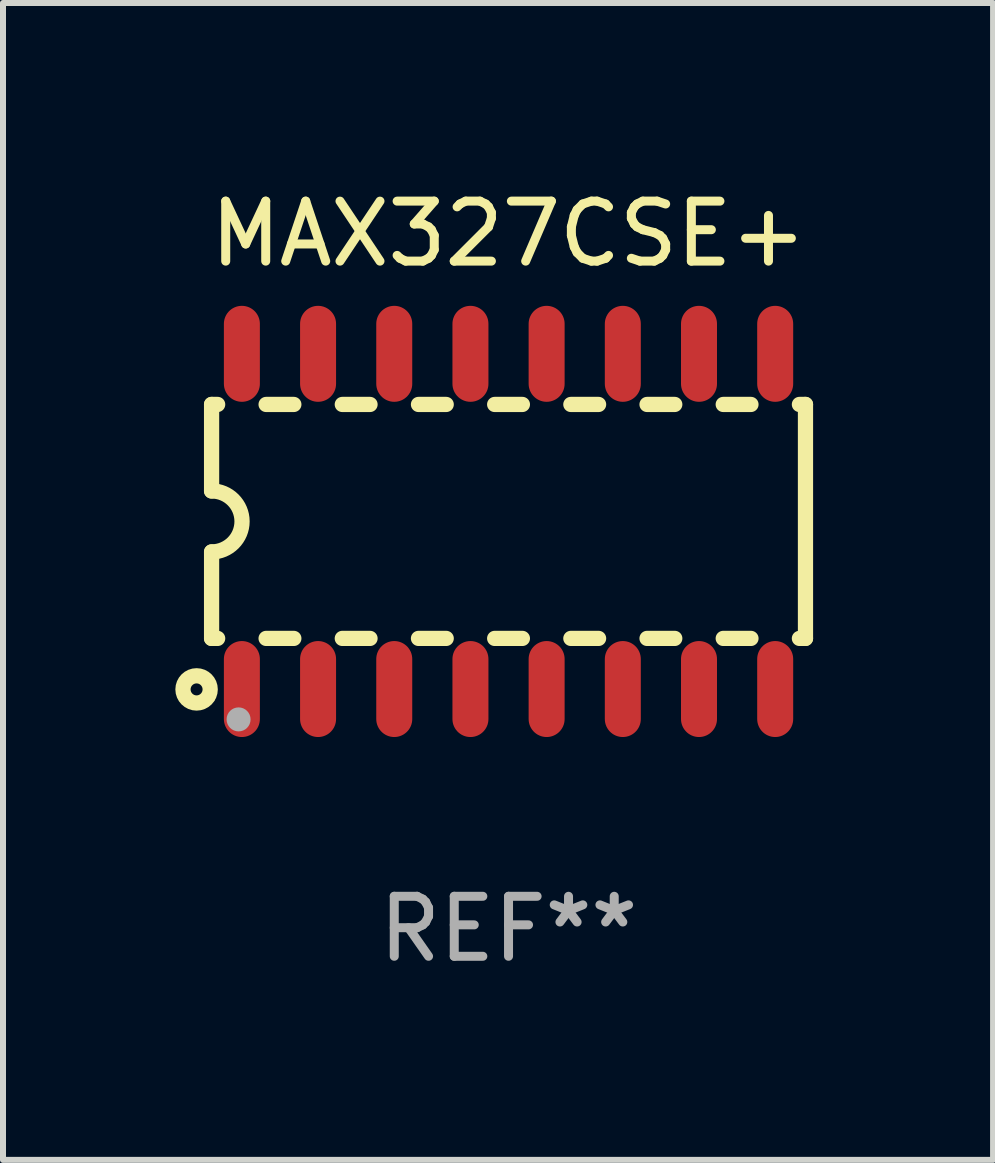
<source format=kicad_pcb>
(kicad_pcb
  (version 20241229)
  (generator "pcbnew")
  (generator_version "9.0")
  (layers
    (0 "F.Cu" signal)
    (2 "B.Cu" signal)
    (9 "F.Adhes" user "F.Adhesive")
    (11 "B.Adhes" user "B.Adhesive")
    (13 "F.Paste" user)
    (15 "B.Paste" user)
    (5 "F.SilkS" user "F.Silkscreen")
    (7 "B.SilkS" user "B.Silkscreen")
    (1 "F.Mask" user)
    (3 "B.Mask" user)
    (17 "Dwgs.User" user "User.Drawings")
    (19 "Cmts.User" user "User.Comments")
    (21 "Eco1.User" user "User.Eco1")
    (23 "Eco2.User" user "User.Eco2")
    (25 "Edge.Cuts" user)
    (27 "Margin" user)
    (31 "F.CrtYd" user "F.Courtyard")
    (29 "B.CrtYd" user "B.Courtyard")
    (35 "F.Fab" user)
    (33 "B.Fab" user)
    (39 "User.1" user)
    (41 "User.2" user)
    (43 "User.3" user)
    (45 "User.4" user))
  (footprint "MAX327CSE+"
    (layer "F.Cu")
    (at 5.427 5.642)
    (property "Reference" "MAX327CSE+" (at 0 -4.794 0) (layer "F.SilkS") (effects (font (size 1 1) (thickness 0.15))))
    (attr through_hole)
    (fp_line (start -4.95 -1.95) (end -4.95 -0.508) (stroke (width 0.254) (type solid)) (layer "F.SilkS"))
    (fp_line (start -4.95 -1.95) (end -4.849 -1.95) (stroke (width 0.254) (type solid)) (layer "F.SilkS"))
    (fp_line (start -4.95 1.95) (end -4.95 0.508) (stroke (width 0.254) (type solid)) (layer "F.SilkS"))
    (fp_line (start -4.95 1.95) (end -4.849 1.95) (stroke (width 0.254) (type solid)) (layer "F.SilkS"))
    (fp_line (start -4.041 -1.95) (end -3.579 -1.95) (stroke (width 0.254) (type solid)) (layer "F.SilkS"))
    (fp_line (start -4.041 1.95) (end -3.579 1.95) (stroke (width 0.254) (type solid)) (layer "F.SilkS"))
    (fp_line (start -2.771 -1.95) (end -2.309 -1.95) (stroke (width 0.254) (type solid)) (layer "F.SilkS"))
    (fp_line (start -2.771 1.95) (end -2.309 1.95) (stroke (width 0.254) (type solid)) (layer "F.SilkS"))
    (fp_line (start -1.501 -1.95) (end -1.039 -1.95) (stroke (width 0.254) (type solid)) (layer "F.SilkS"))
    (fp_line (start -1.501 1.95) (end -1.039 1.95) (stroke (width 0.254) (type solid)) (layer "F.SilkS"))
    (fp_line (start -0.231 -1.95) (end 0.231 -1.95) (stroke (width 0.254) (type solid)) (layer "F.SilkS"))
    (fp_line (start -0.231 1.95) (end 0.231 1.95) (stroke (width 0.254) (type solid)) (layer "F.SilkS"))
    (fp_line (start 1.039 -1.95) (end 1.501 -1.95) (stroke (width 0.254) (type solid)) (layer "F.SilkS"))
    (fp_line (start 1.039 1.95) (end 1.501 1.95) (stroke (width 0.254) (type solid)) (layer "F.SilkS"))
    (fp_line (start 2.309 -1.95) (end 2.771 -1.95) (stroke (width 0.254) (type solid)) (layer "F.SilkS"))
    (fp_line (start 2.309 1.95) (end 2.771 1.95) (stroke (width 0.254) (type solid)) (layer "F.SilkS"))
    (fp_line (start 3.579 -1.95) (end 4.041 -1.95) (stroke (width 0.254) (type solid)) (layer "F.SilkS"))
    (fp_line (start 3.579 1.95) (end 4.041 1.95) (stroke (width 0.254) (type solid)) (layer "F.SilkS"))
    (fp_line (start 4.849 -1.95) (end 4.95 -1.95) (stroke (width 0.254) (type solid)) (layer "F.SilkS"))
    (fp_line (start 4.849 1.95) (end 4.95 1.95) (stroke (width 0.254) (type solid)) (layer "F.SilkS"))
    (fp_line (start 4.95 -1.95) (end 4.95 1.95) (stroke (width 0.254) (type solid)) (layer "F.SilkS"))
    (fp_arc (start -4.95047 -0.508001) (mid -4.442469 -0.000228) (end -4.950013 0.508001) (stroke (width 0.254001) (type solid)) (layer "F.SilkS"))
    (fp_circle (center -5.2 2.8) (end -5.1 2.8) (stroke (width 0.254) (type solid)) (fill no) (layer "F.SilkS"))
    (fp_circle (center -4.95 2.947) (end -4.92 2.947) (stroke (width 0.06) (type solid)) (fill no) (layer "F.SilkS"))
    (fp_circle (center -4.5 3.3) (end -4.4 3.3) (stroke (width 0.2) (type solid)) (fill no) (layer "F.Fab"))
    (fp_text user "REF**" (at 0 6.794 0) (layer "F.Fab") (effects (font (size 1 1) (thickness 0.15))))
    (pad "1" smd oval (at -4.445 2.794) (size 0.6 1.6) (layers "F.Cu" "F.Mask" "F.Paste"))
    (pad "2" smd oval (at -3.175 2.794) (size 0.6 1.6) (layers "F.Cu" "F.Mask" "F.Paste"))
    (pad "3" smd oval (at -1.905 2.794) (size 0.6 1.6) (layers "F.Cu" "F.Mask" "F.Paste"))
    (pad "4" smd oval (at -0.635 2.794) (size 0.6 1.6) (layers "F.Cu" "F.Mask" "F.Paste"))
    (pad "5" smd oval (at 0.635 2.794) (size 0.6 1.6) (layers "F.Cu" "F.Mask" "F.Paste"))
    (pad "6" smd oval (at 1.905 2.794) (size 0.6 1.6) (layers "F.Cu" "F.Mask" "F.Paste"))
    (pad "7" smd oval (at 3.175 2.794) (size 0.6 1.6) (layers "F.Cu" "F.Mask" "F.Paste"))
    (pad "8" smd oval (at 4.445 2.794) (size 0.6 1.6) (layers "F.Cu" "F.Mask" "F.Paste"))
    (pad "9" smd oval (at 4.445 -2.794) (size 0.6 1.6) (layers "F.Cu" "F.Mask" "F.Paste"))
    (pad "10" smd oval (at 3.175 -2.794) (size 0.6 1.6) (layers "F.Cu" "F.Mask" "F.Paste"))
    (pad "11" smd oval (at 1.905 -2.794) (size 0.6 1.6) (layers "F.Cu" "F.Mask" "F.Paste"))
    (pad "12" smd oval (at 0.635 -2.794) (size 0.6 1.6) (layers "F.Cu" "F.Mask" "F.Paste"))
    (pad "13" smd oval (at -0.635 -2.794) (size 0.6 1.6) (layers "F.Cu" "F.Mask" "F.Paste"))
    (pad "14" smd oval (at -1.905 -2.794) (size 0.6 1.6) (layers "F.Cu" "F.Mask" "F.Paste"))
    (pad "15" smd oval (at -3.175 -2.794) (size 0.6 1.6) (layers "F.Cu" "F.Mask" "F.Paste"))
    (pad "16" smd oval (at -4.445 -2.794) (size 0.6 1.6) (layers "F.Cu" "F.Mask" "F.Paste")))
  (gr_rect
    (start -3 -3)
    (end 13.504 16.285)
    (stroke (width 0.1) (type default))
    (fill no)
    (layer "Edge.Cuts")))
</source>
